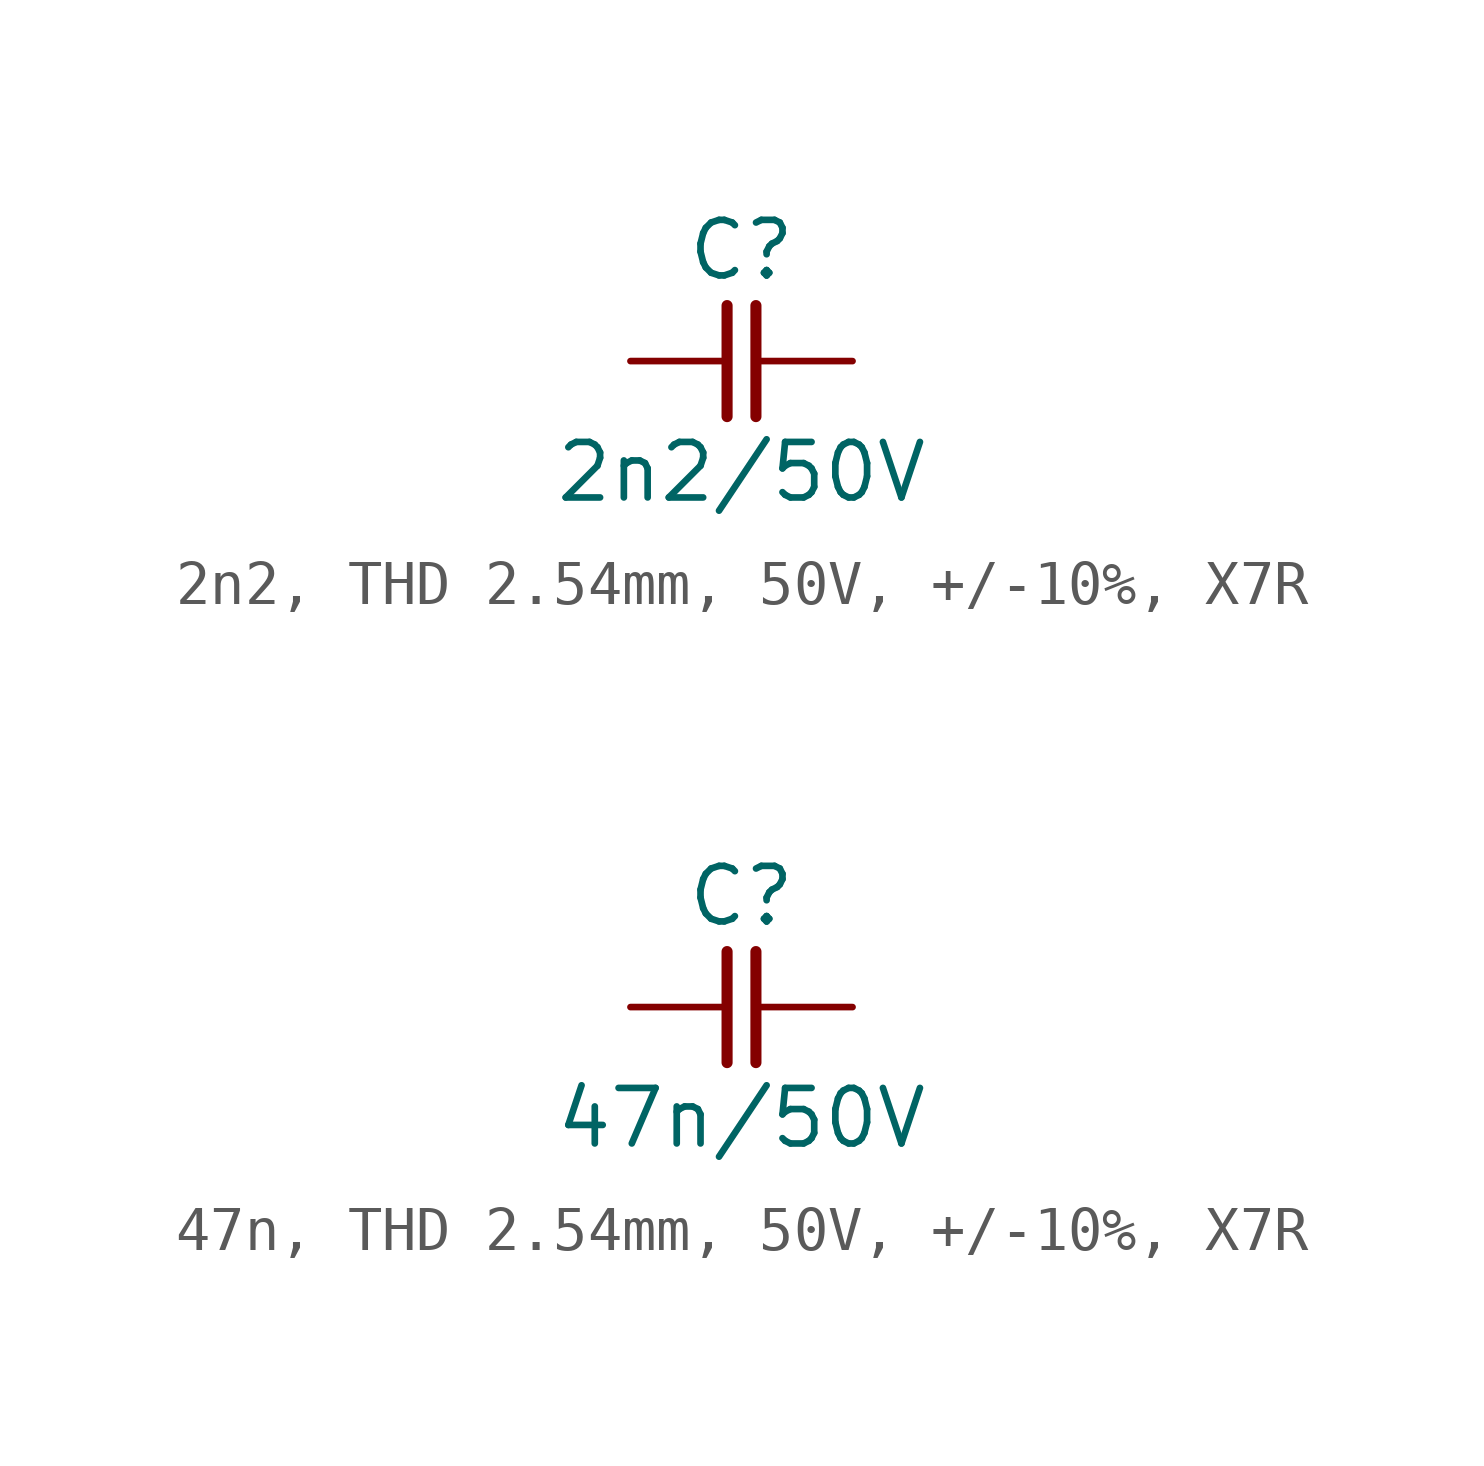
<source format=kicad_sym>
(kicad_symbol_lib
  (version 20241209)
  (generator "kicad_symbol_editor")
  (generator_version "9.0")
  (symbol "2n2, THD 2.54mm, 50V, +/-10%, X7R"
    (pin_numbers
      (hide yes))
    (pin_names
      (offset 0)
      (hide yes))
    (property "Reference" "C"
      (at 0 2.54 0)
      (effects (font (size 1.27 1.27))))
    (property "Value" "2n2/50V"
      (at 0 -2.54 0)
      (effects (font (size 1.27 1.27))))
    (symbol "2n2, THD 2.54mm, 50V, +/-10%, X7R_0_1"
      (polyline (pts (xy -0.33 1.27) (xy -0.33 -1.27)) (stroke (width 0.254) (type default)) (fill (type none)))
      (polyline (pts (xy 0.33 1.27) (xy 0.33 -1.27)) (stroke (width 0.254) (type default)) (fill (type none))))
    (symbol "2n2, THD 2.54mm, 50V, +/-10%, X7R_1_1"
      (pin passive line (at -2.54 0 0) (length 2.21) (name "1" (effects (font (size 1.27 1.27)))) (number "1" (effects (font (size 1.27 1.27)))))
      (pin passive line (at 2.54 0 180) (length 2.21) (name "2" (effects (font (size 1.27 1.27)))) (number "2" (effects (font (size 1.27 1.27)))))))
  (symbol "47n, THD 2.54mm, 50V, +/-10%, X7R"
    (pin_numbers
      (hide yes))
    (pin_names
      (offset 0)
      (hide yes))
    (property "Reference" "C"
      (at 0 2.54 0)
      (effects (font (size 1.27 1.27))))
    (property "Value" "47n/50V"
      (at 0 -2.54 0)
      (effects (font (size 1.27 1.27))))
    (symbol "47n, THD 2.54mm, 50V, +/-10%, X7R_0_1"
      (polyline (pts (xy -0.33 1.27) (xy -0.33 -1.27)) (stroke (width 0.254) (type default)) (fill (type none)))
      (polyline (pts (xy 0.33 1.27) (xy 0.33 -1.27)) (stroke (width 0.254) (type default)) (fill (type none))))
    (symbol "47n, THD 2.54mm, 50V, +/-10%, X7R_1_1"
      (pin passive line (at -2.54 0 0) (length 2.21) (name "1" (effects (font (size 1.27 1.27)))) (number "1" (effects (font (size 1.27 1.27)))))
      (pin passive line (at 2.54 0 180) (length 2.21) (name "2" (effects (font (size 1.27 1.27)))) (number "2" (effects (font (size 1.27 1.27))))))))
</source>
